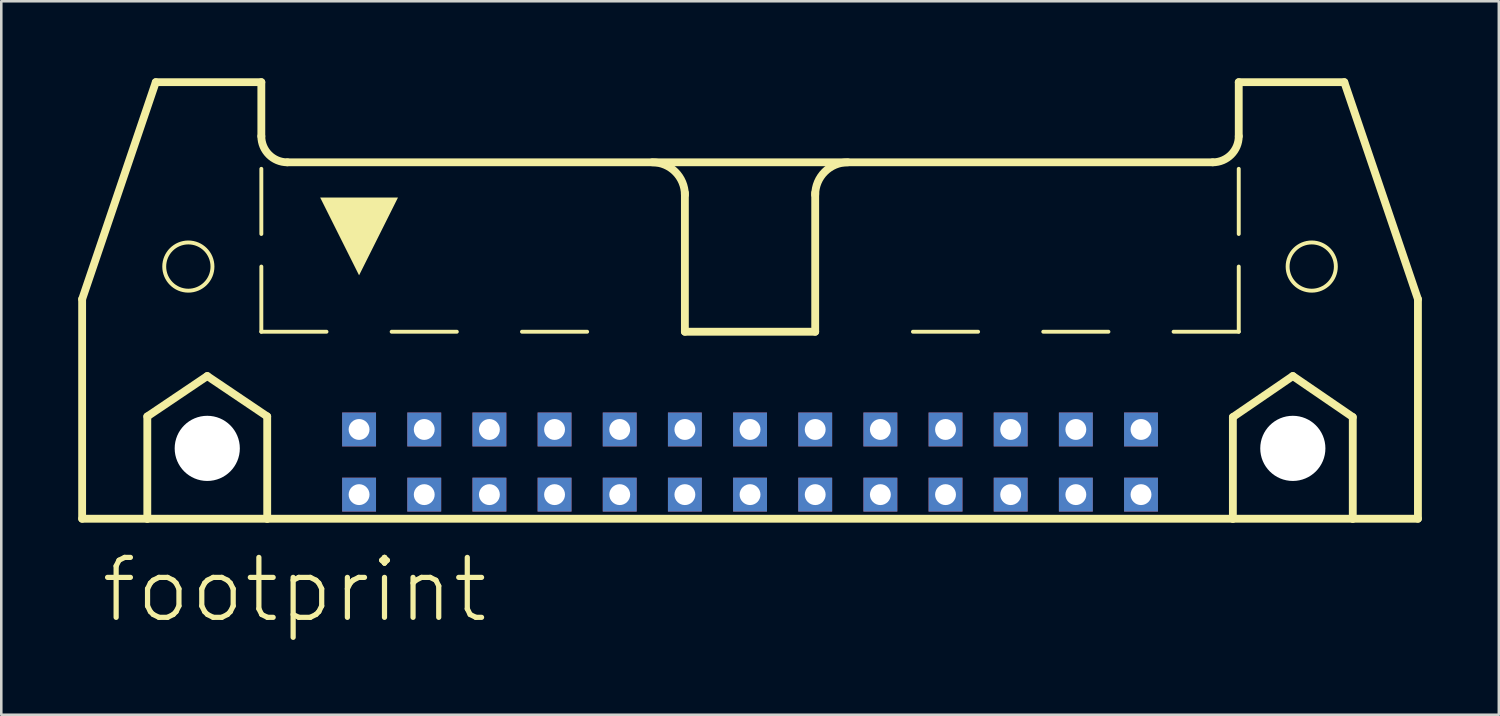
<source format=kicad_pcb>
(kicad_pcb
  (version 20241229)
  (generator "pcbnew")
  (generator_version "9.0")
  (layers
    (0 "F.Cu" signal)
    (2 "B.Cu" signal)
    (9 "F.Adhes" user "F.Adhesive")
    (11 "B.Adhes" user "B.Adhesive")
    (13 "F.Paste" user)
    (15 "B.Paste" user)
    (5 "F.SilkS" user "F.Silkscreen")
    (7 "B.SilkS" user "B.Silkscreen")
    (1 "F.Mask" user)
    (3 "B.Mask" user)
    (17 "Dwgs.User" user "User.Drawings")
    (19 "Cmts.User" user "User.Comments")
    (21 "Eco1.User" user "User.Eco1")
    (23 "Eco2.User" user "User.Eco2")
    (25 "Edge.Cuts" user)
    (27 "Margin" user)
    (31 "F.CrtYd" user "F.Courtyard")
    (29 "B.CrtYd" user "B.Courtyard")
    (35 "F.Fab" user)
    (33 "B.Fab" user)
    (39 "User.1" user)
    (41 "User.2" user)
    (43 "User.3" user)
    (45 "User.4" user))
  (footprint "footprint"
    (layer "F.Cu")
    (at 26.187 11.151)
    (property "Reference" "footprint" (at -25.4 10.16 0) (layer "F.SilkS") (effects (font (size 2.337 2.337) (thickness 0.203)) (justify left bottom)))
    (fp_line (start -26.035 -2.54) (end -26.035 6.02) (stroke (width 0.305) (type solid)) (layer "F.SilkS"))
    (fp_line (start -26.035 -2.54) (end -23.165 -10.998) (stroke (width 0.305) (type solid)) (layer "F.SilkS"))
    (fp_line (start -26.035 6.02) (end -23.495 6.02) (stroke (width 0.305) (type solid)) (layer "F.SilkS"))
    (fp_line (start -23.495 2.032) (end -21.158 0.457) (stroke (width 0.305) (type solid)) (layer "F.SilkS"))
    (fp_line (start -23.495 6.02) (end -23.495 2.032) (stroke (width 0.305) (type solid)) (layer "F.SilkS"))
    (fp_line (start -23.495 6.02) (end -18.821 6.02) (stroke (width 0.305) (type solid)) (layer "F.SilkS"))
    (fp_line (start -21.158 0.457) (end -18.821 2.032) (stroke (width 0.305) (type solid)) (layer "F.SilkS"))
    (fp_line (start -19.05 -10.998) (end -23.165 -10.998) (stroke (width 0.305) (type solid)) (layer "F.SilkS"))
    (fp_line (start -19.05 -8.89) (end -19.05 -10.998) (stroke (width 0.305) (type solid)) (layer "F.SilkS"))
    (fp_line (start -19.05 -5.08) (end -19.05 -7.62) (stroke (width 0.152) (type solid)) (layer "F.SilkS"))
    (fp_line (start -19.05 -1.27) (end -19.05 -3.81) (stroke (width 0.152) (type solid)) (layer "F.SilkS"))
    (fp_line (start -19.05 -1.27) (end -16.51 -1.27) (stroke (width 0.152) (type solid)) (layer "F.SilkS"))
    (fp_line (start -18.821 2.032) (end -18.821 6.02) (stroke (width 0.305) (type solid)) (layer "F.SilkS"))
    (fp_line (start -18.821 6.02) (end 18.821 6.02) (stroke (width 0.305) (type solid)) (layer "F.SilkS"))
    (fp_line (start -18.034 -7.874) (end 18.034 -7.874) (stroke (width 0.305) (type solid)) (layer "F.SilkS"))
    (fp_line (start -13.97 -1.27) (end -11.43 -1.27) (stroke (width 0.152) (type solid)) (layer "F.SilkS"))
    (fp_line (start -8.89 -1.27) (end -6.35 -1.27) (stroke (width 0.152) (type solid)) (layer "F.SilkS"))
    (fp_line (start -2.54 -1.27) (end -2.54 -6.68) (stroke (width 0.305) (type solid)) (layer "F.SilkS"))
    (fp_line (start 0 -1.27) (end 2.54 -1.27) (stroke (width 0.152) (type solid)) (layer "F.SilkS"))
    (fp_line (start 2.54 -1.27) (end -2.54 -1.27) (stroke (width 0.305) (type solid)) (layer "F.SilkS"))
    (fp_line (start 2.54 -1.27) (end 2.54 -6.68) (stroke (width 0.305) (type solid)) (layer "F.SilkS"))
    (fp_line (start 8.89 -1.27) (end 6.35 -1.27) (stroke (width 0.152) (type solid)) (layer "F.SilkS"))
    (fp_line (start 13.97 -1.27) (end 11.43 -1.27) (stroke (width 0.152) (type solid)) (layer "F.SilkS"))
    (fp_line (start 18.821 2.057) (end 21.158 0.457) (stroke (width 0.305) (type solid)) (layer "F.SilkS"))
    (fp_line (start 18.821 6.02) (end 18.821 2.057) (stroke (width 0.305) (type solid)) (layer "F.SilkS"))
    (fp_line (start 18.821 6.02) (end 23.495 6.02) (stroke (width 0.305) (type solid)) (layer "F.SilkS"))
    (fp_line (start 19.05 -10.998) (end 23.165 -10.998) (stroke (width 0.305) (type solid)) (layer "F.SilkS"))
    (fp_line (start 19.05 -8.89) (end 19.05 -10.998) (stroke (width 0.305) (type solid)) (layer "F.SilkS"))
    (fp_line (start 19.05 -5.08) (end 19.05 -7.62) (stroke (width 0.152) (type solid)) (layer "F.SilkS"))
    (fp_line (start 19.05 -1.27) (end 16.51 -1.27) (stroke (width 0.152) (type solid)) (layer "F.SilkS"))
    (fp_line (start 19.05 -1.27) (end 19.05 -3.81) (stroke (width 0.152) (type solid)) (layer "F.SilkS"))
    (fp_line (start 21.158 0.457) (end 23.495 2.057) (stroke (width 0.305) (type solid)) (layer "F.SilkS"))
    (fp_line (start 23.495 2.057) (end 23.495 6.02) (stroke (width 0.305) (type solid)) (layer "F.SilkS"))
    (fp_line (start 23.495 6.02) (end 26.035 6.02) (stroke (width 0.305) (type solid)) (layer "F.SilkS"))
    (fp_line (start 26.035 -2.54) (end 23.165 -10.998) (stroke (width 0.305) (type solid)) (layer "F.SilkS"))
    (fp_line (start 26.035 6.02) (end 26.035 -2.54) (stroke (width 0.305) (type solid)) (layer "F.SilkS"))
    (fp_arc (start -18.034 -7.874) (mid -18.75242 -8.17158) (end -19.05 -8.89) (stroke (width 0.3048) (type solid)) (layer "F.SilkS"))
    (fp_arc (start -3.81 -7.874) (mid -2.911974 -7.502026) (end -2.54 -6.604) (stroke (width 0.3048) (type solid)) (layer "F.SilkS"))
    (fp_arc (start 2.54 -6.604) (mid 2.911974 -7.502026) (end 3.81 -7.874) (stroke (width 0.3048) (type solid)) (layer "F.SilkS"))
    (fp_arc (start 19.05 -8.89) (mid 18.75242 -8.17158) (end 18.034 -7.874) (stroke (width 0.3048) (type solid)) (layer "F.SilkS"))
    (fp_circle (center -21.895 -3.81) (end -20.955 -3.81) (stroke (width 0.152) (type solid)) (fill no) (layer "F.SilkS"))
    (fp_circle (center 21.895 -3.81) (end 22.835 -3.81) (stroke (width 0.152) (type solid)) (fill no) (layer "F.SilkS"))
    (fp_poly (pts (xy -15.24 -3.469) (xy -16.757 -6.502) (xy -13.723 -6.502)) (stroke (width 0) (type solid)) (fill yes) (layer "F.SilkS"))
    (pad "" np_thru_hole circle (at -21.158 3.277) (size 2.54 2.54) (drill 2.54) (layers "*.Cu" "*.Mask"))
    (pad "" np_thru_hole circle (at 21.158 3.277) (size 2.54 2.54) (drill 2.54) (layers "*.Cu" "*.Mask"))
    (pad "1" thru_hole rect (at -15.24 5.08) (size 1.321 1.321) (drill 0.813) (layers "*.Cu" "*.Mask"))
    (pad "2" thru_hole rect (at -15.24 2.54) (size 1.321 1.321) (drill 0.813) (layers "*.Cu" "*.Mask"))
    (pad "3" thru_hole rect (at -12.7 5.08) (size 1.321 1.321) (drill 0.813) (layers "*.Cu" "*.Mask"))
    (pad "4" thru_hole rect (at -12.7 2.54) (size 1.321 1.321) (drill 0.813) (layers "*.Cu" "*.Mask"))
    (pad "5" thru_hole rect (at -10.16 5.08) (size 1.321 1.321) (drill 0.813) (layers "*.Cu" "*.Mask"))
    (pad "6" thru_hole rect (at -10.16 2.54) (size 1.321 1.321) (drill 0.813) (layers "*.Cu" "*.Mask"))
    (pad "7" thru_hole rect (at -7.62 5.08) (size 1.321 1.321) (drill 0.813) (layers "*.Cu" "*.Mask"))
    (pad "8" thru_hole rect (at -7.62 2.54) (size 1.321 1.321) (drill 0.813) (layers "*.Cu" "*.Mask"))
    (pad "9" thru_hole rect (at -5.08 5.08) (size 1.321 1.321) (drill 0.813) (layers "*.Cu" "*.Mask"))
    (pad "10" thru_hole rect (at -5.08 2.54) (size 1.321 1.321) (drill 0.813) (layers "*.Cu" "*.Mask"))
    (pad "11" thru_hole rect (at -2.54 5.08) (size 1.321 1.321) (drill 0.813) (layers "*.Cu" "*.Mask"))
    (pad "12" thru_hole rect (at -2.54 2.54) (size 1.321 1.321) (drill 0.813) (layers "*.Cu" "*.Mask"))
    (pad "13" thru_hole rect (at 0 5.08) (size 1.321 1.321) (drill 0.813) (layers "*.Cu" "*.Mask"))
    (pad "14" thru_hole rect (at 0 2.54) (size 1.321 1.321) (drill 0.813) (layers "*.Cu" "*.Mask"))
    (pad "15" thru_hole rect (at 2.54 5.08) (size 1.321 1.321) (drill 0.813) (layers "*.Cu" "*.Mask"))
    (pad "16" thru_hole rect (at 2.54 2.54) (size 1.321 1.321) (drill 0.813) (layers "*.Cu" "*.Mask"))
    (pad "17" thru_hole rect (at 5.08 5.08) (size 1.321 1.321) (drill 0.813) (layers "*.Cu" "*.Mask"))
    (pad "18" thru_hole rect (at 5.08 2.54) (size 1.321 1.321) (drill 0.813) (layers "*.Cu" "*.Mask"))
    (pad "19" thru_hole rect (at 7.62 5.08) (size 1.321 1.321) (drill 0.813) (layers "*.Cu" "*.Mask"))
    (pad "20" thru_hole rect (at 7.62 2.54) (size 1.321 1.321) (drill 0.813) (layers "*.Cu" "*.Mask"))
    (pad "21" thru_hole rect (at 10.16 5.08) (size 1.321 1.321) (drill 0.813) (layers "*.Cu" "*.Mask"))
    (pad "22" thru_hole rect (at 10.16 2.54) (size 1.321 1.321) (drill 0.813) (layers "*.Cu" "*.Mask"))
    (pad "23" thru_hole rect (at 12.7 5.08) (size 1.321 1.321) (drill 0.813) (layers "*.Cu" "*.Mask"))
    (pad "24" thru_hole rect (at 12.7 2.54) (size 1.321 1.321) (drill 0.813) (layers "*.Cu" "*.Mask"))
    (pad "25" thru_hole rect (at 15.24 5.08) (size 1.321 1.321) (drill 0.813) (layers "*.Cu" "*.Mask"))
    (pad "26" thru_hole rect (at 15.24 2.54) (size 1.321 1.321) (drill 0.813) (layers "*.Cu" "*.Mask"))
    (zone (net_name "") (layer "F.Cu") (hatch edge 0.508) (connect_pads) (min_thickness 0.254) (filled_areas_thickness no) (keepout (tracks not_allowed) (vias not_allowed) (pads not_allowed) (copperpour not_allowed) (footprints allowed)) (placement (enabled no)) (fill) (polygon (pts (xy 6.96 14.427) (xy 6.93 14.092) (xy 6.843 13.767) (xy 6.701 13.462) (xy 6.508 13.186) (xy 6.27 12.948) (xy 5.994 12.755) (xy 5.689 12.613) (xy 5.364 12.526) (xy 5.029 12.497) (xy 4.694 12.526) (xy 4.369 12.613) (xy 4.064 12.755) (xy 3.788 12.948) (xy 3.55 13.186) (xy 3.357 13.462) (xy 3.215 13.767) (xy 3.128 14.092) (xy 3.099 14.427) (xy 3.128 14.762) (xy 3.215 15.087) (xy 3.357 15.392) (xy 3.55 15.668) (xy 3.788 15.906) (xy 4.064 16.099) (xy 4.369 16.241) (xy 4.694 16.328) (xy 5.029 16.358) (xy 5.364 16.328) (xy 5.689 16.241) (xy 5.994 16.099) (xy 6.27 15.906) (xy 6.508 15.668) (xy 6.701 15.392) (xy 6.843 15.087) (xy 6.93 14.762))))
    (zone (net_name "") (layer "F.Cu") (hatch edge 0.508) (connect_pads) (min_thickness 0.254) (filled_areas_thickness no) (keepout (tracks not_allowed) (vias not_allowed) (pads not_allowed) (copperpour not_allowed) (footprints allowed)) (placement (enabled no)) (fill) (polygon (pts (xy 49.276 14.427) (xy 49.247 14.092) (xy 49.16 13.767) (xy 49.017 13.462) (xy 48.824 13.186) (xy 48.586 12.948) (xy 48.311 12.755) (xy 48.006 12.613) (xy 47.681 12.526) (xy 47.346 12.497) (xy 47.01 12.526) (xy 46.685 12.613) (xy 46.38 12.755) (xy 46.105 12.948) (xy 45.867 13.186) (xy 45.674 13.462) (xy 45.532 13.767) (xy 45.445 14.092) (xy 45.415 14.427) (xy 45.445 14.762) (xy 45.532 15.087) (xy 45.674 15.392) (xy 45.867 15.668) (xy 46.105 15.906) (xy 46.38 16.099) (xy 46.685 16.241) (xy 47.01 16.328) (xy 47.346 16.358) (xy 47.681 16.328) (xy 48.006 16.241) (xy 48.311 16.099) (xy 48.586 15.906) (xy 48.824 15.668) (xy 49.017 15.392) (xy 49.16 15.087) (xy 49.247 14.762))))
    (zone (net_name "") (layer "B.Cu") (hatch edge 0.508) (connect_pads) (min_thickness 0.254) (filled_areas_thickness no) (keepout (tracks not_allowed) (vias not_allowed) (pads not_allowed) (copperpour not_allowed) (footprints allowed)) (placement (enabled no)) (fill) (polygon (pts (xy 6.96 14.427) (xy 6.93 14.092) (xy 6.843 13.767) (xy 6.701 13.462) (xy 6.508 13.186) (xy 6.27 12.948) (xy 5.994 12.755) (xy 5.689 12.613) (xy 5.364 12.526) (xy 5.029 12.497) (xy 4.694 12.526) (xy 4.369 12.613) (xy 4.064 12.755) (xy 3.788 12.948) (xy 3.55 13.186) (xy 3.357 13.462) (xy 3.215 13.767) (xy 3.128 14.092) (xy 3.099 14.427) (xy 3.128 14.762) (xy 3.215 15.087) (xy 3.357 15.392) (xy 3.55 15.668) (xy 3.788 15.906) (xy 4.064 16.099) (xy 4.369 16.241) (xy 4.694 16.328) (xy 5.029 16.358) (xy 5.364 16.328) (xy 5.689 16.241) (xy 5.994 16.099) (xy 6.27 15.906) (xy 6.508 15.668) (xy 6.701 15.392) (xy 6.843 15.087) (xy 6.93 14.762))))
    (zone (net_name "") (layer "B.Cu") (hatch edge 0.508) (connect_pads) (min_thickness 0.254) (filled_areas_thickness no) (keepout (tracks not_allowed) (vias not_allowed) (pads not_allowed) (copperpour not_allowed) (footprints allowed)) (placement (enabled no)) (fill) (polygon (pts (xy 49.276 14.427) (xy 49.247 14.092) (xy 49.16 13.767) (xy 49.017 13.462) (xy 48.824 13.186) (xy 48.586 12.948) (xy 48.311 12.755) (xy 48.006 12.613) (xy 47.681 12.526) (xy 47.346 12.497) (xy 47.01 12.526) (xy 46.685 12.613) (xy 46.38 12.755) (xy 46.105 12.948) (xy 45.867 13.186) (xy 45.674 13.462) (xy 45.532 13.767) (xy 45.445 14.092) (xy 45.415 14.427) (xy 45.445 14.762) (xy 45.532 15.087) (xy 45.674 15.392) (xy 45.867 15.668) (xy 46.105 15.906) (xy 46.38 16.099) (xy 46.685 16.241) (xy 47.01 16.328) (xy 47.346 16.358) (xy 47.681 16.328) (xy 48.006 16.241) (xy 48.311 16.099) (xy 48.586 15.906) (xy 48.824 15.668) (xy 49.017 15.392) (xy 49.16 15.087) (xy 49.247 14.762)))))
  (gr_rect
    (start -3 -3)
    (end 55.375 24.811)
    (stroke (width 0.1) (type default))
    (fill no)
    (layer "Edge.Cuts")))
</source>
